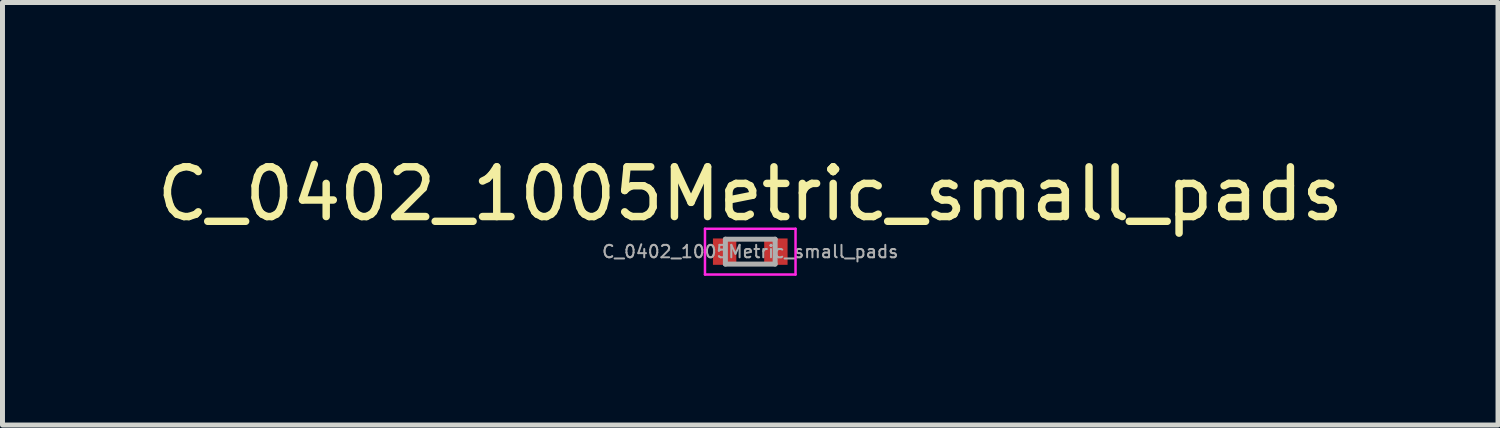
<source format=kicad_pcb>
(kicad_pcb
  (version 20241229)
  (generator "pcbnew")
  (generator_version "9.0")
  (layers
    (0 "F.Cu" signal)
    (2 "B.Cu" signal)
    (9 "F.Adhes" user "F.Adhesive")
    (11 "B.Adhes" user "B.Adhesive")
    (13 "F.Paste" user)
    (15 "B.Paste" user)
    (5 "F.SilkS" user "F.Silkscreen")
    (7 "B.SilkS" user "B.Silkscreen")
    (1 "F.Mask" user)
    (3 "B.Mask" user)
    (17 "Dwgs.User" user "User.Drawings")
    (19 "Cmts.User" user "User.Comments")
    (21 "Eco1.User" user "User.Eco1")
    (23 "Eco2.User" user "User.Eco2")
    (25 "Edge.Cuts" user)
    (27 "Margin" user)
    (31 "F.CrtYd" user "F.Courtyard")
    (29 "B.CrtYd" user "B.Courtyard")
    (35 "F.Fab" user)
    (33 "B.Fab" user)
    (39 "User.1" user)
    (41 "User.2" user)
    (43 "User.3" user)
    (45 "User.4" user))
  (footprint "C_0402_1005Metric_small_pads"
    (layer "F.Cu")
    (at 12.03 2.008)
    (property "Reference" "C_0402_1005Metric_small_pads" (at 0 -1.16 0) (layer "F.SilkS") (effects (font (size 1 1) (thickness 0.15))))
    (attr smd)
    (fp_line (start -0.91 -0.46) (end 0.91 -0.46) (stroke (width 0.05) (type solid)) (layer "F.CrtYd"))
    (fp_line (start -0.91 0.46) (end -0.91 -0.46) (stroke (width 0.05) (type solid)) (layer "F.CrtYd"))
    (fp_line (start 0.91 -0.46) (end 0.91 0.46) (stroke (width 0.05) (type solid)) (layer "F.CrtYd"))
    (fp_line (start 0.91 0.46) (end -0.91 0.46) (stroke (width 0.05) (type solid)) (layer "F.CrtYd"))
    (fp_line (start -0.5 -0.25) (end 0.5 -0.25) (stroke (width 0.1) (type solid)) (layer "F.Fab"))
    (fp_line (start -0.5 0.25) (end -0.5 -0.25) (stroke (width 0.1) (type solid)) (layer "F.Fab"))
    (fp_line (start 0.5 -0.25) (end 0.5 0.25) (stroke (width 0.1) (type solid)) (layer "F.Fab"))
    (fp_line (start 0.5 0.25) (end -0.5 0.25) (stroke (width 0.1) (type solid)) (layer "F.Fab"))
    (fp_text user "${REFERENCE}" (at 0 0 0) (layer "F.Fab") (effects (font (size 0.25 0.25) (thickness 0.04))))
    (pad "1" smd rect (at -0.515 0) (size 0.47 0.53) (layers "F.Cu" "F.Mask" "F.Paste"))
    (pad "2" smd rect (at 0.515 0) (size 0.47 0.53) (layers "F.Cu" "F.Mask" "F.Paste")))
  (gr_rect
    (start -3 -3)
    (end 27.06 5.493)
    (stroke (width 0.1) (type default))
    (fill no)
    (layer "Edge.Cuts")))
</source>
